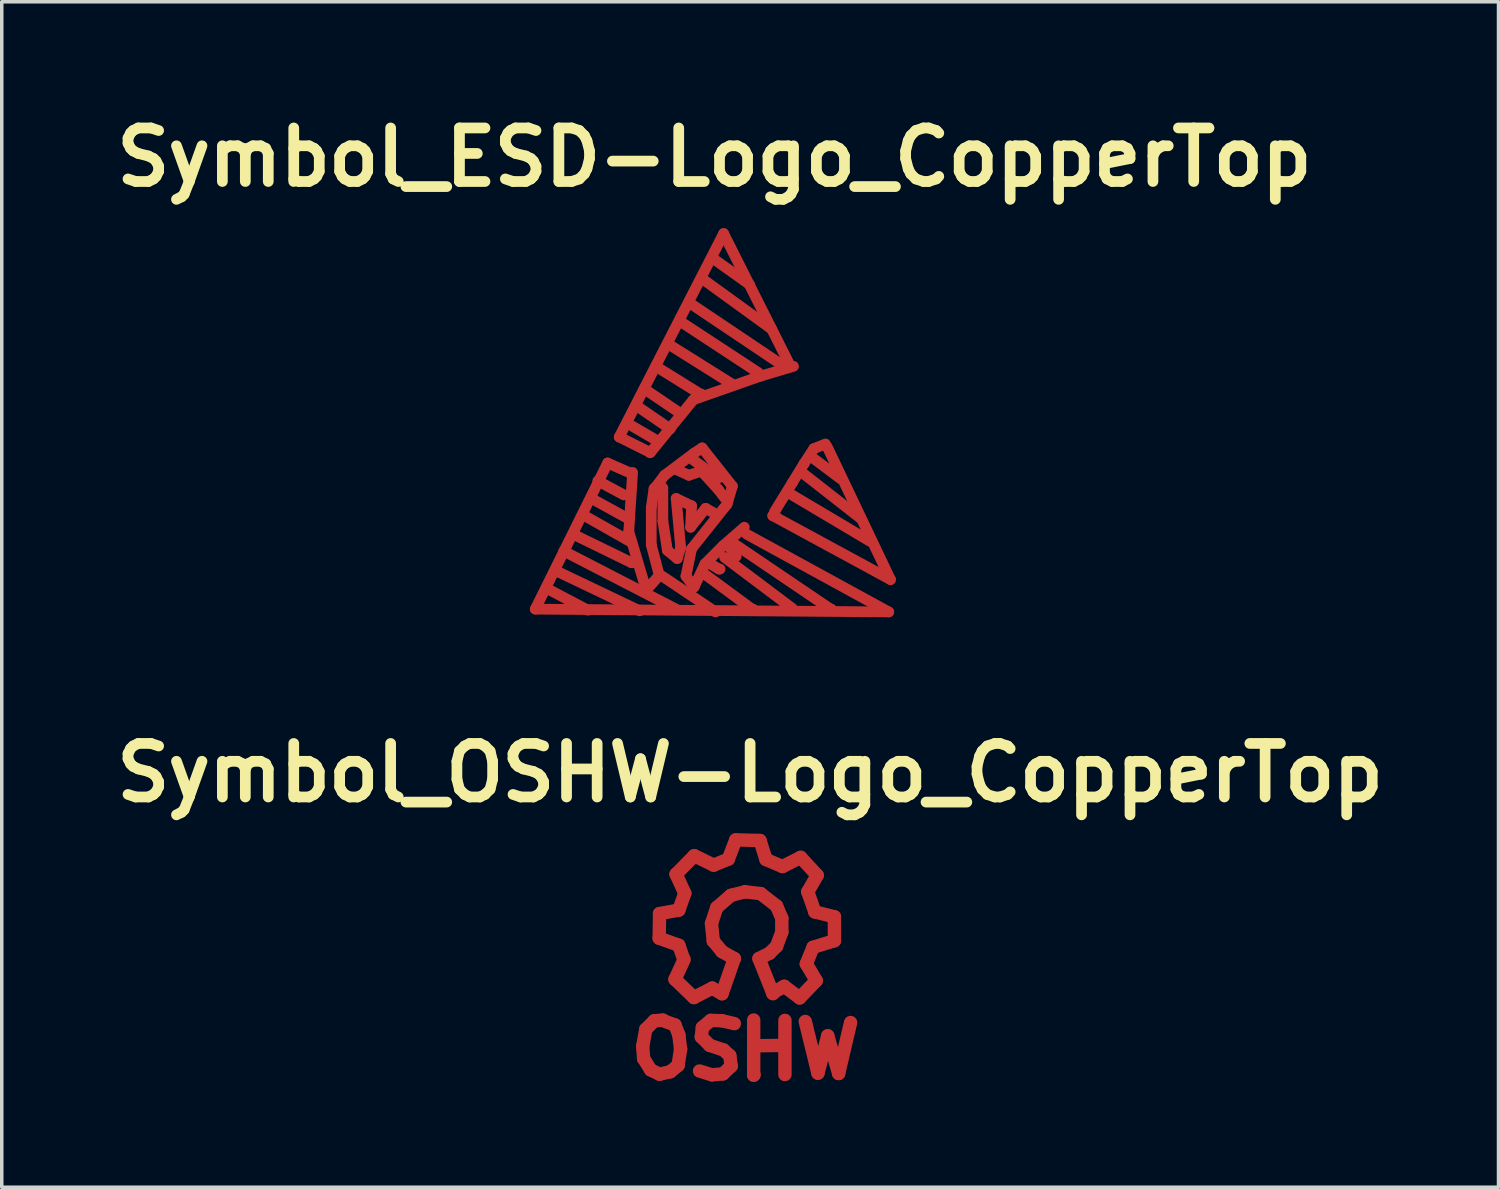
<source format=kicad_pcb>
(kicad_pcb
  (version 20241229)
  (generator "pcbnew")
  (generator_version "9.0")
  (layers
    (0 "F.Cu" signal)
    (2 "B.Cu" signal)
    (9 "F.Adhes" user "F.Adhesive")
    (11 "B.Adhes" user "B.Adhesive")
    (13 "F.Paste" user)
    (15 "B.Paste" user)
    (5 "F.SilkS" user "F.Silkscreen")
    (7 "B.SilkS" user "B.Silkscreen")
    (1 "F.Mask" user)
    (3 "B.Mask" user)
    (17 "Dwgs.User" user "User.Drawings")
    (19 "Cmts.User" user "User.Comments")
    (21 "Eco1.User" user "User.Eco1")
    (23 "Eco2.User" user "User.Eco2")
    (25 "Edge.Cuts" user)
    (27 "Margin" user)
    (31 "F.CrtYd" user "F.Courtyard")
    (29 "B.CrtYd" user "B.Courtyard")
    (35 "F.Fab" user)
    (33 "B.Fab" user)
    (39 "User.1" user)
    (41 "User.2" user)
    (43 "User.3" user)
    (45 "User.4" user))
  (footprint "Symbol_OSHW-Logo_CopperTop"
    (layer "F.Cu")
    (at 18.203 23.336)
    (property "Reference" "Symbol_OSHW-Logo_CopperTop" (at 0.099 -4.389 0) (layer "F.SilkS") (effects (font (size 1.524 1.524) (thickness 0.305))))
    (attr through_hole)
    (fp_line (start -2.959 3.401) (end -2.931 3.749) (stroke (width 0.381) (type solid)) (layer "F.Cu"))
    (fp_line (start -2.931 3.749) (end -2.731 4.069) (stroke (width 0.381) (type solid)) (layer "F.Cu"))
    (fp_line (start -2.87 2.911) (end -2.959 3.401) (stroke (width 0.381) (type solid)) (layer "F.Cu"))
    (fp_line (start -2.731 4.069) (end -2.479 4.191) (stroke (width 0.381) (type solid)) (layer "F.Cu"))
    (fp_line (start -2.629 2.67) (end -2.87 2.911) (stroke (width 0.381) (type solid)) (layer "F.Cu"))
    (fp_line (start -2.489 0.32) (end -1.93 0.521) (stroke (width 0.381) (type solid)) (layer "F.Cu"))
    (fp_line (start -2.479 -0.381) (end -2.489 0.32) (stroke (width 0.381) (type solid)) (layer "F.Cu"))
    (fp_line (start -2.479 4.191) (end -2.169 4.12) (stroke (width 0.381) (type solid)) (layer "F.Cu"))
    (fp_line (start -2.38 2.649) (end -2.629 2.67) (stroke (width 0.381) (type solid)) (layer "F.Cu"))
    (fp_line (start -2.169 4.12) (end -1.951 3.94) (stroke (width 0.381) (type solid)) (layer "F.Cu"))
    (fp_line (start -2.04 1.491) (end -1.501 2.009) (stroke (width 0.381) (type solid)) (layer "F.Cu"))
    (fp_line (start -2.04 2.789) (end -2.4 2.659) (stroke (width 0.381) (type solid)) (layer "F.Cu"))
    (fp_line (start -2.009 -1.501) (end -1.76 -0.96) (stroke (width 0.381) (type solid)) (layer "F.Cu"))
    (fp_line (start -1.951 3.94) (end -1.88 3.48) (stroke (width 0.381) (type solid)) (layer "F.Cu"))
    (fp_line (start -1.93 -0.48) (end -2.479 -0.381) (stroke (width 0.381) (type solid)) (layer "F.Cu"))
    (fp_line (start -1.93 0.521) (end -1.791 0.919) (stroke (width 0.381) (type solid)) (layer "F.Cu"))
    (fp_line (start -1.93 3.071) (end -2.04 2.789) (stroke (width 0.381) (type solid)) (layer "F.Cu"))
    (fp_line (start -1.88 3.48) (end -1.93 3.071) (stroke (width 0.381) (type solid)) (layer "F.Cu"))
    (fp_line (start -1.781 0.93) (end -2.04 1.491) (stroke (width 0.381) (type solid)) (layer "F.Cu"))
    (fp_line (start -1.76 -0.96) (end -1.93 -0.48) (stroke (width 0.381) (type solid)) (layer "F.Cu"))
    (fp_line (start -1.501 2.009) (end -0.98 1.74) (stroke (width 0.381) (type solid)) (layer "F.Cu"))
    (fp_line (start -1.491 -2.029) (end -2.009 -1.501) (stroke (width 0.381) (type solid)) (layer "F.Cu"))
    (fp_line (start -1.29 3.129) (end -1.049 3.371) (stroke (width 0.381) (type solid)) (layer "F.Cu"))
    (fp_line (start -1.26 2.86) (end -1.29 3.129) (stroke (width 0.381) (type solid)) (layer "F.Cu"))
    (fp_line (start -1.049 3.371) (end -0.66 3.5) (stroke (width 0.381) (type solid)) (layer "F.Cu"))
    (fp_line (start -1.021 2.659) (end -1.26 2.86) (stroke (width 0.381) (type solid)) (layer "F.Cu"))
    (fp_line (start -1.001 -0.099) (end -0.95 0.399) (stroke (width 0.381) (type solid)) (layer "F.Cu"))
    (fp_line (start -0.991 4.209) (end -1.341 4.1) (stroke (width 0.381) (type solid)) (layer "F.Cu"))
    (fp_line (start -0.98 1.74) (end -0.701 1.9) (stroke (width 0.381) (type solid)) (layer "F.Cu"))
    (fp_line (start -0.95 0.399) (end -0.701 0.701) (stroke (width 0.381) (type solid)) (layer "F.Cu"))
    (fp_line (start -0.94 -1.76) (end -1.491 -2.029) (stroke (width 0.381) (type solid)) (layer "F.Cu"))
    (fp_line (start -0.851 -0.551) (end -1.001 -0.099) (stroke (width 0.381) (type solid)) (layer "F.Cu"))
    (fp_line (start -0.701 0.701) (end -0.351 0.899) (stroke (width 0.381) (type solid)) (layer "F.Cu"))
    (fp_line (start -0.701 2.67) (end -1.021 2.659) (stroke (width 0.381) (type solid)) (layer "F.Cu"))
    (fp_line (start -0.671 4.181) (end -0.991 4.209) (stroke (width 0.381) (type solid)) (layer "F.Cu"))
    (fp_line (start -0.66 3.5) (end -0.48 3.66) (stroke (width 0.381) (type solid)) (layer "F.Cu"))
    (fp_line (start -0.521 -1.93) (end -0.94 -1.76) (stroke (width 0.381) (type solid)) (layer "F.Cu"))
    (fp_line (start -0.48 3.66) (end -0.439 3.96) (stroke (width 0.381) (type solid)) (layer "F.Cu"))
    (fp_line (start -0.45 -0.899) (end -0.851 -0.551) (stroke (width 0.381) (type solid)) (layer "F.Cu"))
    (fp_line (start -0.439 3.96) (end -0.671 4.181) (stroke (width 0.381) (type solid)) (layer "F.Cu"))
    (fp_line (start -0.351 0.899) (end -0.701 1.9) (stroke (width 0.381) (type solid)) (layer "F.Cu"))
    (fp_line (start -0.351 2.751) (end -0.701 2.67) (stroke (width 0.381) (type solid)) (layer "F.Cu"))
    (fp_line (start -0.31 -2.479) (end -0.521 -1.93) (stroke (width 0.381) (type solid)) (layer "F.Cu"))
    (fp_line (start -0.051 -1.001) (end -0.45 -0.899) (stroke (width 0.381) (type solid)) (layer "F.Cu"))
    (fp_line (start 0.201 2.649) (end 0.201 4.219) (stroke (width 0.381) (type solid)) (layer "F.Cu"))
    (fp_line (start 0.201 4.219) (end 0.211 4.209) (stroke (width 0.381) (type solid)) (layer "F.Cu"))
    (fp_line (start 0.249 3.381) (end 1.039 3.371) (stroke (width 0.381) (type solid)) (layer "F.Cu"))
    (fp_line (start 0.351 0.899) (end 0.65 0.749) (stroke (width 0.381) (type solid)) (layer "F.Cu"))
    (fp_line (start 0.351 0.899) (end 0.749 1.9) (stroke (width 0.381) (type solid)) (layer "F.Cu"))
    (fp_line (start 0.381 -2.461) (end -0.31 -2.479) (stroke (width 0.381) (type solid)) (layer "F.Cu"))
    (fp_line (start 0.399 -0.95) (end -0.051 -1.001) (stroke (width 0.381) (type solid)) (layer "F.Cu"))
    (fp_line (start 0.551 -1.92) (end 0.381 -2.461) (stroke (width 0.381) (type solid)) (layer "F.Cu"))
    (fp_line (start 0.65 0.749) (end 0.851 0.551) (stroke (width 0.381) (type solid)) (layer "F.Cu"))
    (fp_line (start 0.739 1.88) (end 1.069 1.689) (stroke (width 0.381) (type solid)) (layer "F.Cu"))
    (fp_line (start 0.851 -0.599) (end 0.399 -0.95) (stroke (width 0.381) (type solid)) (layer "F.Cu"))
    (fp_line (start 0.851 0.551) (end 1.001 0.15) (stroke (width 0.381) (type solid)) (layer "F.Cu"))
    (fp_line (start 1.001 -0.249) (end 0.851 -0.599) (stroke (width 0.381) (type solid)) (layer "F.Cu"))
    (fp_line (start 1.001 0.15) (end 1.001 -0.249) (stroke (width 0.381) (type solid)) (layer "F.Cu"))
    (fp_line (start 1.021 -1.72) (end 0.551 -1.92) (stroke (width 0.381) (type solid)) (layer "F.Cu"))
    (fp_line (start 1.039 3.371) (end 1.049 3.381) (stroke (width 0.381) (type solid)) (layer "F.Cu"))
    (fp_line (start 1.049 3.381) (end 1.049 3.371) (stroke (width 0.381) (type solid)) (layer "F.Cu"))
    (fp_line (start 1.069 1.689) (end 1.509 2.019) (stroke (width 0.381) (type solid)) (layer "F.Cu"))
    (fp_line (start 1.09 2.659) (end 1.09 4.201) (stroke (width 0.381) (type solid)) (layer "F.Cu"))
    (fp_line (start 1.509 2.019) (end 1.981 1.529) (stroke (width 0.381) (type solid)) (layer "F.Cu"))
    (fp_line (start 1.539 -1.981) (end 1.021 -1.72) (stroke (width 0.381) (type solid)) (layer "F.Cu"))
    (fp_line (start 1.669 2.69) (end 2.029 4.161) (stroke (width 0.381) (type solid)) (layer "F.Cu"))
    (fp_line (start 1.699 1.049) (end 1.89 0.579) (stroke (width 0.381) (type solid)) (layer "F.Cu"))
    (fp_line (start 1.74 -1.001) (end 2.009 -1.471) (stroke (width 0.381) (type solid)) (layer "F.Cu"))
    (fp_line (start 1.89 0.579) (end 2.499 0.391) (stroke (width 0.381) (type solid)) (layer "F.Cu"))
    (fp_line (start 1.941 -0.429) (end 1.74 -1.001) (stroke (width 0.381) (type solid)) (layer "F.Cu"))
    (fp_line (start 1.981 1.529) (end 1.699 1.049) (stroke (width 0.381) (type solid)) (layer "F.Cu"))
    (fp_line (start 2.009 -1.471) (end 1.539 -1.981) (stroke (width 0.381) (type solid)) (layer "F.Cu"))
    (fp_line (start 2.029 4.161) (end 2.309 3.099) (stroke (width 0.381) (type solid)) (layer "F.Cu"))
    (fp_line (start 2.309 3.099) (end 2.619 4.171) (stroke (width 0.381) (type solid)) (layer "F.Cu"))
    (fp_line (start 2.499 -0.29) (end 1.941 -0.429) (stroke (width 0.381) (type solid)) (layer "F.Cu"))
    (fp_line (start 2.499 0.391) (end 2.499 -0.29) (stroke (width 0.381) (type solid)) (layer "F.Cu"))
    (fp_line (start 2.619 4.171) (end 2.959 2.72) (stroke (width 0.381) (type solid)) (layer "F.Cu")))
  (footprint "Symbol_ESD-Logo_CopperTop"
    (layer "F.Cu")
    (at 17.337 10.977)
    (property "Reference" "Symbol_ESD-Logo_CopperTop" (at -0.051 -9.55 0) (layer "F.SilkS") (effects (font (size 1.524 1.524) (thickness 0.305))))
    (attr through_hole)
    (fp_line (start -5.151 3.312) (end 4.91 3.391) (stroke (width 0.305) (type solid)) (layer "F.Cu"))
    (fp_line (start -4.77 2.751) (end -3.65 3.343) (stroke (width 0.305) (type solid)) (layer "F.Cu"))
    (fp_line (start -4.559 2.223) (end -2.179 3.36) (stroke (width 0.305) (type solid)) (layer "F.Cu"))
    (fp_line (start -4.341 1.661) (end -1.14 3.312) (stroke (width 0.305) (type solid)) (layer "F.Cu"))
    (fp_line (start -4.031 1.201) (end -2.41 1.991) (stroke (width 0.305) (type solid)) (layer "F.Cu"))
    (fp_line (start -3.749 0.653) (end -2.461 1.382) (stroke (width 0.305) (type solid)) (layer "F.Cu"))
    (fp_line (start -3.551 0.163) (end -2.479 0.752) (stroke (width 0.305) (type solid)) (layer "F.Cu"))
    (fp_line (start -3.371 -0.338) (end -2.629 0.061) (stroke (width 0.305) (type solid)) (layer "F.Cu"))
    (fp_line (start -3.091 -0.848) (end -5.151 3.312) (stroke (width 0.305) (type solid)) (layer "F.Cu"))
    (fp_line (start -2.761 -1.587) (end -1.9 -1.158) (stroke (width 0.305) (type solid)) (layer "F.Cu"))
    (fp_line (start -2.51 -1.968) (end -1.689 -1.488) (stroke (width 0.305) (type solid)) (layer "F.Cu"))
    (fp_line (start -2.489 1.102) (end -1.991 2.771) (stroke (width 0.305) (type solid)) (layer "F.Cu"))
    (fp_line (start -2.461 -0.569) (end -3.091 -0.848) (stroke (width 0.305) (type solid)) (layer "F.Cu"))
    (fp_line (start -2.41 1.991) (end -2.38 1.991) (stroke (width 0.305) (type solid)) (layer "F.Cu"))
    (fp_line (start -2.38 -0.579) (end -2.489 1.102) (stroke (width 0.305) (type solid)) (layer "F.Cu"))
    (fp_line (start -2.23 -2.449) (end -1.311 -1.819) (stroke (width 0.305) (type solid)) (layer "F.Cu"))
    (fp_line (start -2.05 -2.959) (end -1.031 -2.268) (stroke (width 0.305) (type solid)) (layer "F.Cu"))
    (fp_line (start -1.991 2.771) (end -1.621 2.352) (stroke (width 0.305) (type solid)) (layer "F.Cu"))
    (fp_line (start -1.9 -1.158) (end -1.869 -1.158) (stroke (width 0.305) (type solid)) (layer "F.Cu"))
    (fp_line (start -1.849 0.422) (end -1.77 -0.119) (stroke (width 0.305) (type solid)) (layer "F.Cu"))
    (fp_line (start -1.849 1.481) (end -1.849 0.422) (stroke (width 0.305) (type solid)) (layer "F.Cu"))
    (fp_line (start -1.77 -0.119) (end -1.72 -0.168) (stroke (width 0.305) (type solid)) (layer "F.Cu"))
    (fp_line (start -1.72 -3.599) (end -0.45 -2.809) (stroke (width 0.305) (type solid)) (layer "F.Cu"))
    (fp_line (start -1.72 -0.168) (end -1.471 -0.498) (stroke (width 0.305) (type solid)) (layer "F.Cu"))
    (fp_line (start -1.621 2.352) (end -1.849 1.481) (stroke (width 0.305) (type solid)) (layer "F.Cu"))
    (fp_line (start -1.539 2.372) (end -0.02 3.391) (stroke (width 0.305) (type solid)) (layer "F.Cu"))
    (fp_line (start -1.519 -0.14) (end -1.519 0.803) (stroke (width 0.305) (type solid)) (layer "F.Cu"))
    (fp_line (start -1.519 0.803) (end -1.389 1.641) (stroke (width 0.305) (type solid)) (layer "F.Cu"))
    (fp_line (start -1.471 -0.498) (end -0.63 -1.128) (stroke (width 0.305) (type solid)) (layer "F.Cu"))
    (fp_line (start -1.389 1.641) (end -1.11 1.872) (stroke (width 0.305) (type solid)) (layer "F.Cu"))
    (fp_line (start -1.359 -4.229) (end 0.46 -3.089) (stroke (width 0.305) (type solid)) (layer "F.Cu"))
    (fp_line (start -1.311 -1.819) (end -1.311 -1.839) (stroke (width 0.305) (type solid)) (layer "F.Cu"))
    (fp_line (start -1.14 0.163) (end -0.701 0.371) (stroke (width 0.305) (type solid)) (layer "F.Cu"))
    (fp_line (start -1.11 -0.648) (end -0.78 -0.498) (stroke (width 0.305) (type solid)) (layer "F.Cu"))
    (fp_line (start -1.11 1.872) (end -1.011 1.562) (stroke (width 0.305) (type solid)) (layer "F.Cu"))
    (fp_line (start -1.011 -4.869) (end 1.199 -3.419) (stroke (width 0.305) (type solid)) (layer "F.Cu"))
    (fp_line (start -1.011 1.562) (end -1.14 0.163) (stroke (width 0.305) (type solid)) (layer "F.Cu"))
    (fp_line (start -0.861 2.372) (end -0.63 2.682) (stroke (width 0.305) (type solid)) (layer "F.Cu"))
    (fp_line (start -0.78 -0.498) (end -0.419 -0.617) (stroke (width 0.305) (type solid)) (layer "F.Cu"))
    (fp_line (start -0.749 -5.397) (end 1.859 -3.647) (stroke (width 0.305) (type solid)) (layer "F.Cu"))
    (fp_line (start -0.729 0.98) (end -0.3 0.442) (stroke (width 0.305) (type solid)) (layer "F.Cu"))
    (fp_line (start -0.701 0.371) (end -0.729 0.98) (stroke (width 0.305) (type solid)) (layer "F.Cu"))
    (fp_line (start -0.701 1.593) (end -0.861 2.372) (stroke (width 0.305) (type solid)) (layer "F.Cu"))
    (fp_line (start -0.65 -2.649) (end -1.88 -1.138) (stroke (width 0.305) (type solid)) (layer "F.Cu"))
    (fp_line (start -0.65 -0.93) (end 0.061 -0.419) (stroke (width 0.305) (type solid)) (layer "F.Cu"))
    (fp_line (start -0.63 -1.128) (end -0.401 -1.278) (stroke (width 0.305) (type solid)) (layer "F.Cu"))
    (fp_line (start -0.63 2.682) (end -0.32 2.022) (stroke (width 0.305) (type solid)) (layer "F.Cu"))
    (fp_line (start -0.45 -2.809) (end -0.419 -2.809) (stroke (width 0.305) (type solid)) (layer "F.Cu"))
    (fp_line (start -0.419 -0.617) (end 0.061 -0.089) (stroke (width 0.305) (type solid)) (layer "F.Cu"))
    (fp_line (start -0.401 -1.278) (end 0.46 -0.188) (stroke (width 0.305) (type solid)) (layer "F.Cu"))
    (fp_line (start -0.351 -6.058) (end 1.58 -4.658) (stroke (width 0.305) (type solid)) (layer "F.Cu"))
    (fp_line (start -0.351 2.301) (end 1.021 3.312) (stroke (width 0.305) (type solid)) (layer "F.Cu"))
    (fp_line (start -0.32 2.022) (end 0.191 1.511) (stroke (width 0.305) (type solid)) (layer "F.Cu"))
    (fp_line (start -0.3 0.442) (end -0.071 0.572) (stroke (width 0.305) (type solid)) (layer "F.Cu"))
    (fp_line (start -0.221 1.991) (end 0.079 2.172) (stroke (width 0.305) (type solid)) (layer "F.Cu"))
    (fp_line (start -0.089 -6.668) (end 0.95 -5.928) (stroke (width 0.305) (type solid)) (layer "F.Cu"))
    (fp_line (start 0.061 -0.089) (end 0.239 0.142) (stroke (width 0.305) (type solid)) (layer "F.Cu"))
    (fp_line (start 0.079 2.172) (end 0.109 2.172) (stroke (width 0.305) (type solid)) (layer "F.Cu"))
    (fp_line (start 0.191 1.511) (end 0.8 0.98) (stroke (width 0.305) (type solid)) (layer "F.Cu"))
    (fp_line (start 0.211 -7.379) (end -2.761 -1.587) (stroke (width 0.305) (type solid)) (layer "F.Cu"))
    (fp_line (start 0.239 1.841) (end 2.169 3.292) (stroke (width 0.305) (type solid)) (layer "F.Cu"))
    (fp_line (start 0.31 0.323) (end -0.701 1.593) (stroke (width 0.305) (type solid)) (layer "F.Cu"))
    (fp_line (start 0.31 1.46) (end 0.569 1.811) (stroke (width 0.305) (type solid)) (layer "F.Cu"))
    (fp_line (start 0.46 -0.188) (end 0.31 0.323) (stroke (width 0.305) (type solid)) (layer "F.Cu"))
    (fp_line (start 0.521 1.46) (end 3.259 3.312) (stroke (width 0.305) (type solid)) (layer "F.Cu"))
    (fp_line (start 1.021 3.312) (end 1.049 3.312) (stroke (width 0.305) (type solid)) (layer "F.Cu"))
    (fp_line (start 1.25 -3.317) (end -0.65 -2.649) (stroke (width 0.305) (type solid)) (layer "F.Cu"))
    (fp_line (start 1.61 0.653) (end 1.679 0.622) (stroke (width 0.305) (type solid)) (layer "F.Cu"))
    (fp_line (start 1.659 0.541) (end 2.169 -0.29) (stroke (width 0.305) (type solid)) (layer "F.Cu"))
    (fp_line (start 2.09 -3.647) (end 0.211 -7.379) (stroke (width 0.305) (type solid)) (layer "F.Cu"))
    (fp_line (start 2.121 0.041) (end 4.379 1.382) (stroke (width 0.305) (type solid)) (layer "F.Cu"))
    (fp_line (start 2.169 -0.29) (end 2.499 -0.828) (stroke (width 0.305) (type solid)) (layer "F.Cu"))
    (fp_line (start 2.2 -3.599) (end 1.25 -3.317) (stroke (width 0.305) (type solid)) (layer "F.Cu"))
    (fp_line (start 2.451 -0.569) (end 4.1 0.721) (stroke (width 0.305) (type solid)) (layer "F.Cu"))
    (fp_line (start 2.499 -0.828) (end 2.779 -1.257) (stroke (width 0.305) (type solid)) (layer "F.Cu"))
    (fp_line (start 2.7 -1.029) (end 3.541 -0.399) (stroke (width 0.305) (type solid)) (layer "F.Cu"))
    (fp_line (start 2.779 -1.257) (end 3.109 -1.389) (stroke (width 0.305) (type solid)) (layer "F.Cu"))
    (fp_line (start 3.16 -1.308) (end 4.961 2.471) (stroke (width 0.305) (type solid)) (layer "F.Cu"))
    (fp_line (start 3.259 3.312) (end 3.279 3.312) (stroke (width 0.305) (type solid)) (layer "F.Cu"))
    (fp_line (start 4.91 3.391) (end 0.869 1.181) (stroke (width 0.305) (type solid)) (layer "F.Cu"))
    (fp_line (start 4.961 2.471) (end 1.61 0.653) (stroke (width 0.305) (type solid)) (layer "F.Cu")))
  (gr_rect
    (start -3 -3)
    (end 39.605 30.745)
    (stroke (width 0.1) (type default))
    (fill no)
    (layer "Edge.Cuts")))
</source>
